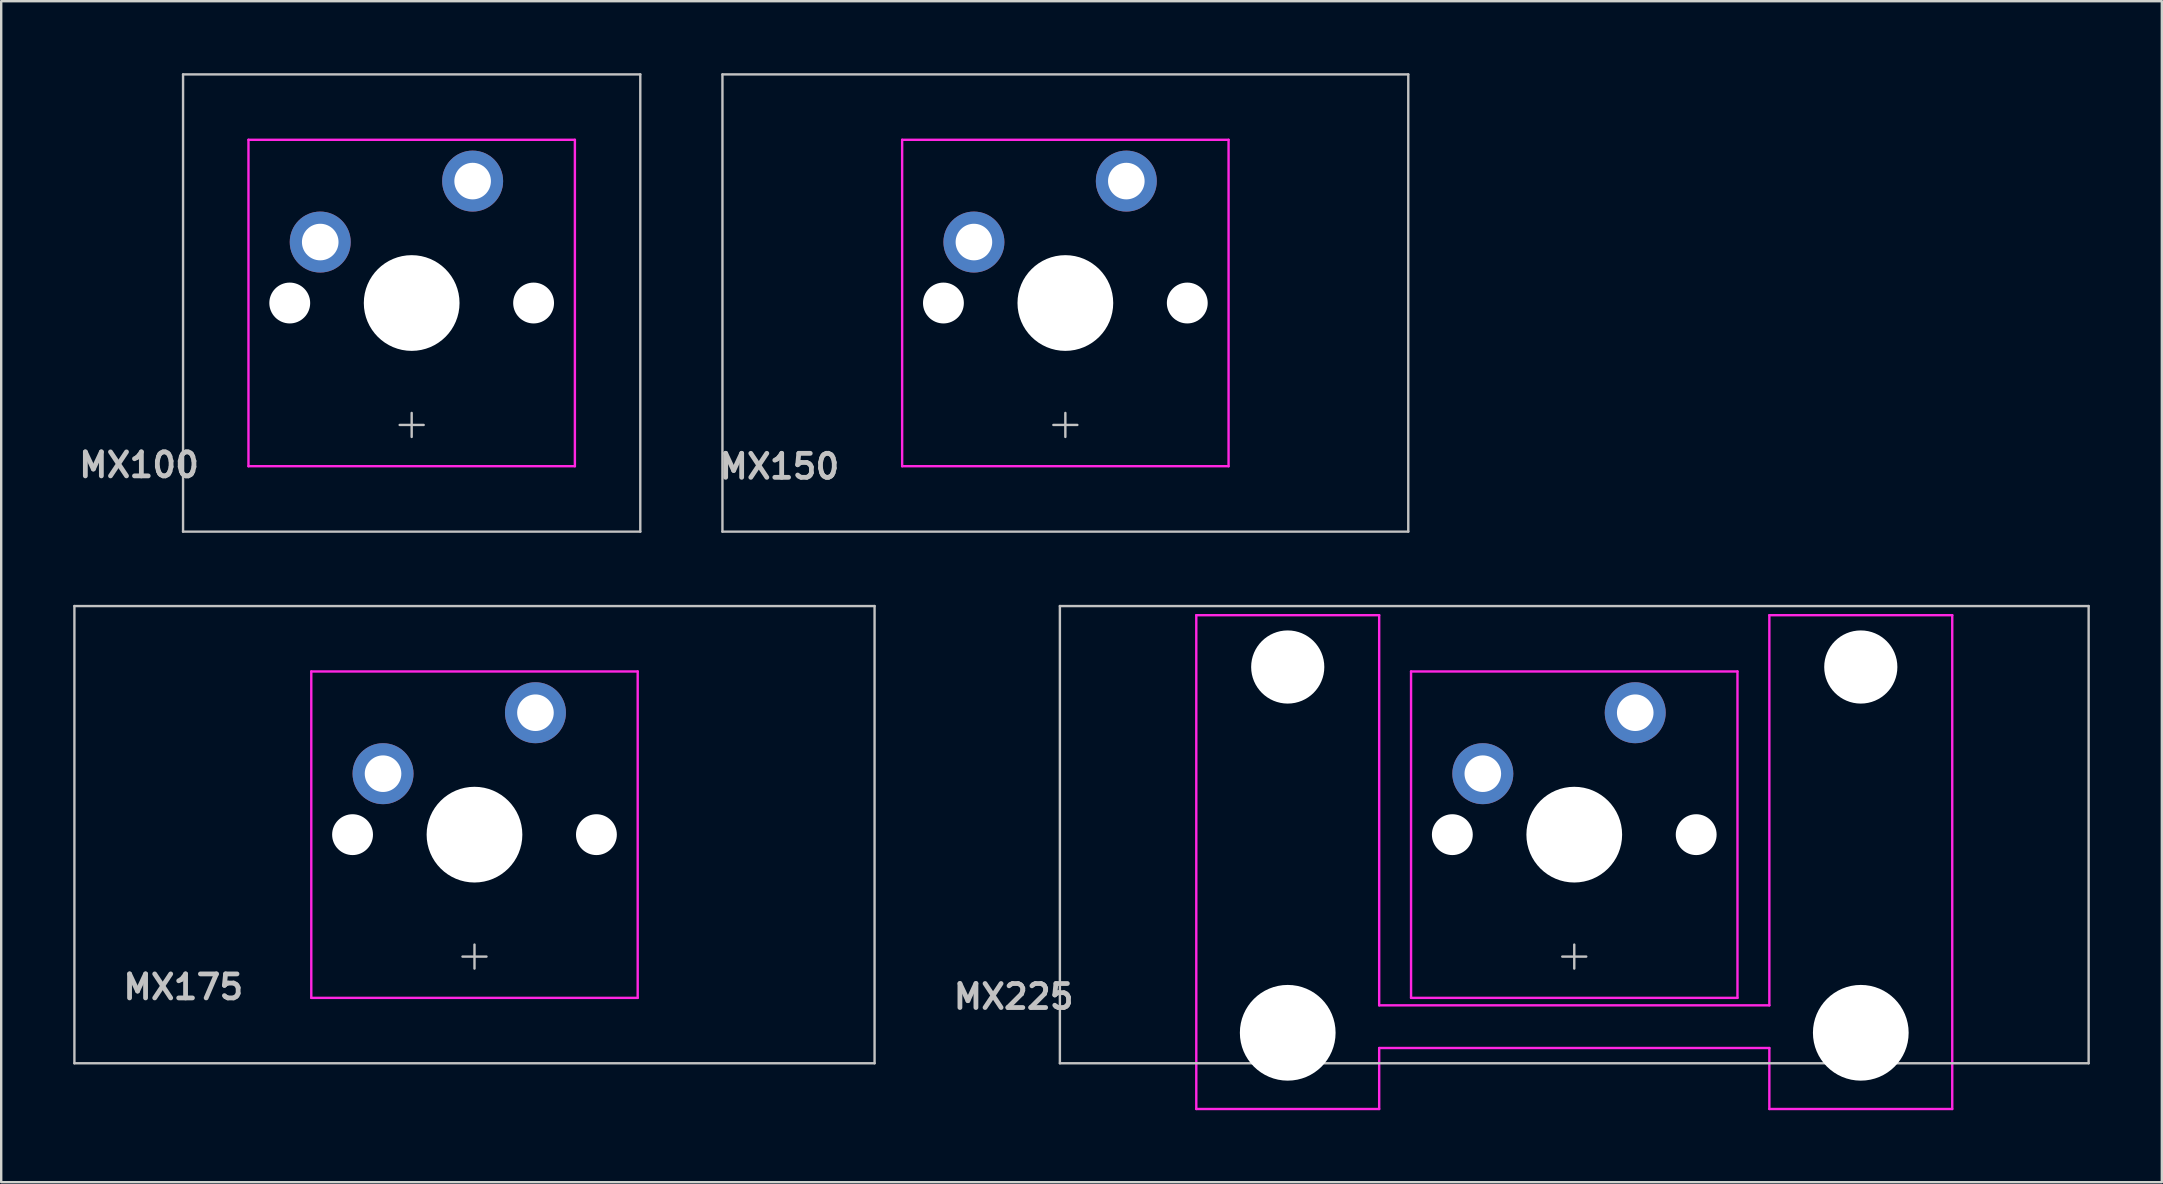
<source format=kicad_pcb>
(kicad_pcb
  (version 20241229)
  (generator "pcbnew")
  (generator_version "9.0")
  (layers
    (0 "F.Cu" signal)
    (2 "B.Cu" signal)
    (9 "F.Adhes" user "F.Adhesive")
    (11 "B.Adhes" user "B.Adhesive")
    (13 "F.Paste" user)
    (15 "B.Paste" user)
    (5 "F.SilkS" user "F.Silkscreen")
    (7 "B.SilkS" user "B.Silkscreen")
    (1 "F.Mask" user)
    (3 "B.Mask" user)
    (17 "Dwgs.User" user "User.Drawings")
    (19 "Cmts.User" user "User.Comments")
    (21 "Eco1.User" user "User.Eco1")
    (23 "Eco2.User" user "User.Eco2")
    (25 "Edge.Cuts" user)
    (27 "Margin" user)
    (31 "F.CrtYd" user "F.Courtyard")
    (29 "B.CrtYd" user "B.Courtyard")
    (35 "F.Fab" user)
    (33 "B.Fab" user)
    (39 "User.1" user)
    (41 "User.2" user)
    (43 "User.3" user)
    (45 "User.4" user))
  (footprint "MX225"
    (layer "F.Cu")
    (at 62.54 31.725)
    (property "Reference" "MX225" (at -20.75 6.75 0) (layer "Dwgs.User") (effects (font (size 1 1) (thickness 0.2)) (justify right)))
    (attr through_hole)
    (fp_line (start -21.431 -9.525) (end -21.431 9.525) (stroke (width 0.1) (type solid)) (layer "Dwgs.User"))
    (fp_line (start 0 5.58) (end 0 4.58) (stroke (width 0.1) (type solid)) (layer "Dwgs.User"))
    (fp_line (start 0.5 5.08) (end -0.5 5.08) (stroke (width 0.1) (type solid)) (layer "Dwgs.User"))
    (fp_line (start 21.431 -9.525) (end -21.431 -9.525) (stroke (width 0.1) (type solid)) (layer "Dwgs.User"))
    (fp_line (start 21.431 -9.525) (end 21.431 9.525) (stroke (width 0.1) (type solid)) (layer "Dwgs.User"))
    (fp_line (start 21.431 9.525) (end -21.431 9.525) (stroke (width 0.1) (type solid)) (layer "Dwgs.User"))
    (fp_line (start -15.438 8.515) (end -15.438 -5.485) (stroke (width 0.1) (type solid)) (layer "Eco1.User"))
    (fp_line (start -14.938 9.015) (end -8.938 9.015) (stroke (width 0.1) (type solid)) (layer "Eco1.User"))
    (fp_line (start -8.938 -5.985) (end -14.938 -5.985) (stroke (width 0.1) (type solid)) (layer "Eco1.User"))
    (fp_line (start -8.438 -5.485) (end -8.438 8.515) (stroke (width 0.1) (type solid)) (layer "Eco1.User"))
    (fp_line (start -7 6.5) (end -7 -6.5) (stroke (width 0.1) (type solid)) (layer "Eco1.User"))
    (fp_line (start -6.5 -7) (end 6.5 -7) (stroke (width 0.1) (type solid)) (layer "Eco1.User"))
    (fp_line (start 6.5 7) (end -6.5 7) (stroke (width 0.1) (type solid)) (layer "Eco1.User"))
    (fp_line (start 7 -6.5) (end 7 6.5) (stroke (width 0.1) (type solid)) (layer "Eco1.User"))
    (fp_line (start 8.438 8.515) (end 8.438 -5.485) (stroke (width 0.1) (type solid)) (layer "Eco1.User"))
    (fp_line (start 8.938 9.015) (end 14.938 9.015) (stroke (width 0.1) (type solid)) (layer "Eco1.User"))
    (fp_line (start 14.938 -5.985) (end 8.938 -5.985) (stroke (width 0.1) (type solid)) (layer "Eco1.User"))
    (fp_line (start 15.438 -5.485) (end 15.438 8.515) (stroke (width 0.1) (type solid)) (layer "Eco1.User"))
    (fp_arc (start -15.438 -5.485) (mid -15.291553 -5.838553) (end -14.938 -5.985) (stroke (width 0.1) (type solid)) (layer "Eco1.User"))
    (fp_arc (start -14.938 9.015) (mid -15.291553 8.868553) (end -15.438 8.515) (stroke (width 0.1) (type solid)) (layer "Eco1.User"))
    (fp_arc (start -8.938 -5.985) (mid -8.584447 -5.838553) (end -8.438 -5.485) (stroke (width 0.1) (type solid)) (layer "Eco1.User"))
    (fp_arc (start -8.438 8.515) (mid -8.584447 8.868553) (end -8.938 9.015) (stroke (width 0.1) (type solid)) (layer "Eco1.User"))
    (fp_arc (start -7 -6.5) (mid -6.853553 -6.853553) (end -6.5 -7) (stroke (width 0.1) (type solid)) (layer "Eco1.User"))
    (fp_arc (start -6.5 7) (mid -6.853553 6.853553) (end -7 6.5) (stroke (width 0.1) (type solid)) (layer "Eco1.User"))
    (fp_arc (start 6.5 -7) (mid 6.853553 -6.853553) (end 7 -6.5) (stroke (width 0.1) (type solid)) (layer "Eco1.User"))
    (fp_arc (start 7 6.5) (mid 6.853553 6.853553) (end 6.5 7) (stroke (width 0.1) (type solid)) (layer "Eco1.User"))
    (fp_arc (start 8.438 -5.485) (mid 8.584447 -5.838553) (end 8.938 -5.985) (stroke (width 0.1) (type solid)) (layer "Eco1.User"))
    (fp_arc (start 8.938 9.015) (mid 8.584447 8.868553) (end 8.438 8.515) (stroke (width 0.1) (type solid)) (layer "Eco1.User"))
    (fp_arc (start 14.938 -5.985) (mid 15.291553 -5.838553) (end 15.438 -5.485) (stroke (width 0.1) (type solid)) (layer "Eco1.User"))
    (fp_arc (start 15.438 8.515) (mid 15.291553 8.868553) (end 14.938 9.015) (stroke (width 0.1) (type solid)) (layer "Eco1.User"))
    (fp_line (start -15.748 -9.144) (end -15.748 11.43) (stroke (width 0.1) (type solid)) (layer "F.CrtYd"))
    (fp_line (start -15.748 11.43) (end -8.128 11.43) (stroke (width 0.1) (type solid)) (layer "F.CrtYd"))
    (fp_line (start -8.128 -9.144) (end -15.748 -9.144) (stroke (width 0.1) (type solid)) (layer "F.CrtYd"))
    (fp_line (start -8.128 -9.144) (end -8.128 7.112) (stroke (width 0.1) (type solid)) (layer "F.CrtYd"))
    (fp_line (start -8.128 11.43) (end -8.128 8.89) (stroke (width 0.1) (type solid)) (layer "F.CrtYd"))
    (fp_line (start -6.8 -6.8) (end 6.8 -6.8) (stroke (width 0.1) (type solid)) (layer "F.CrtYd"))
    (fp_line (start -6.8 6.8) (end -6.8 -6.8) (stroke (width 0.1) (type solid)) (layer "F.CrtYd"))
    (fp_line (start -6.8 6.8) (end 6.8 6.8) (stroke (width 0.1) (type solid)) (layer "F.CrtYd"))
    (fp_line (start 6.8 6.8) (end 6.8 -6.8) (stroke (width 0.1) (type solid)) (layer "F.CrtYd"))
    (fp_line (start 8.128 -9.144) (end 8.128 7.112) (stroke (width 0.1) (type solid)) (layer "F.CrtYd"))
    (fp_line (start 8.128 7.112) (end -8.128 7.112) (stroke (width 0.1) (type solid)) (layer "F.CrtYd"))
    (fp_line (start 8.128 8.89) (end -8.128 8.89) (stroke (width 0.1) (type solid)) (layer "F.CrtYd"))
    (fp_line (start 8.128 11.43) (end 8.128 8.89) (stroke (width 0.1) (type solid)) (layer "F.CrtYd"))
    (fp_line (start 8.128 11.43) (end 15.748 11.43) (stroke (width 0.1) (type solid)) (layer "F.CrtYd"))
    (fp_line (start 15.748 -9.144) (end 8.128 -9.144) (stroke (width 0.1) (type solid)) (layer "F.CrtYd"))
    (fp_line (start 15.748 11.43) (end 15.748 -9.144) (stroke (width 0.1) (type solid)) (layer "F.CrtYd"))
    (pad "" np_thru_hole circle (at -11.938 -6.985) (size 3.048 3.048) (drill 3.048) (layers "*.Cu" "*.Mask"))
    (pad "" np_thru_hole circle (at -11.938 8.255) (size 3.988 3.988) (drill 3.988) (layers "*.Cu" "*.Mask"))
    (pad "" np_thru_hole circle (at -5.08 0) (size 1.702 1.702) (drill 1.702) (layers "*.Cu" "*.Mask"))
    (pad "" np_thru_hole circle (at 0 0) (size 3.988 3.988) (drill 3.988) (layers "*.Cu" "*.Mask"))
    (pad "" np_thru_hole circle (at 5.08 0) (size 1.702 1.702) (drill 1.702) (layers "*.Cu" "*.Mask"))
    (pad "" np_thru_hole circle (at 11.938 -6.985) (size 3.048 3.048) (drill 3.048) (layers "*.Cu" "*.Mask"))
    (pad "" np_thru_hole circle (at 11.938 8.255) (size 3.988 3.988) (drill 3.988) (layers "*.Cu" "*.Mask"))
    (pad "1" thru_hole circle (at 2.54 -5.08) (size 2.54 2.54) (drill 1.524) (layers "*.Cu" "*.Mask"))
    (pad "2" thru_hole circle (at -3.81 -2.54) (size 2.54 2.54) (drill 1.524) (layers "*.Cu" "*.Mask")))
  (footprint "MX100"
    (layer "F.Cu")
    (at 14.102 9.575)
    (property "Reference" "MX100" (at -8.75 6.75 0) (layer "Dwgs.User") (effects (font (size 1 1) (thickness 0.2)) (justify right)))
    (attr through_hole)
    (fp_circle (center -3.81 -2.54) (end -4.318 -2.54) (stroke (width 0.12) (type solid)) (fill no) (layer "B.Mask"))
    (fp_line (start -9.525 -9.525) (end -9.525 9.525) (stroke (width 0.1) (type solid)) (layer "Dwgs.User"))
    (fp_line (start -9.525 9.525) (end 9.525 9.525) (stroke (width 0.1) (type solid)) (layer "Dwgs.User"))
    (fp_line (start 0 4.58) (end 0 5.58) (stroke (width 0.1) (type solid)) (layer "Dwgs.User"))
    (fp_line (start 0.5 5.08) (end -0.5 5.08) (stroke (width 0.1) (type solid)) (layer "Dwgs.User"))
    (fp_line (start 9.525 -9.525) (end -9.525 -9.525) (stroke (width 0.1) (type solid)) (layer "Dwgs.User"))
    (fp_line (start 9.525 9.525) (end 9.525 -9.525) (stroke (width 0.1) (type solid)) (layer "Dwgs.User"))
    (fp_line (start -7 6.5) (end -7 -6.5) (stroke (width 0.1) (type solid)) (layer "Eco1.User"))
    (fp_line (start -6.5 -7) (end 6.5 -7) (stroke (width 0.1) (type solid)) (layer "Eco1.User"))
    (fp_line (start 6.5 7) (end -6.5 7) (stroke (width 0.1) (type solid)) (layer "Eco1.User"))
    (fp_line (start 7 -6.5) (end 7 6.5) (stroke (width 0.1) (type solid)) (layer "Eco1.User"))
    (fp_arc (start -7 -6.5) (mid -6.853553 -6.853553) (end -6.5 -7) (stroke (width 0.1) (type solid)) (layer "Eco1.User"))
    (fp_arc (start -6.5 7) (mid -6.853553 6.853553) (end -7 6.5) (stroke (width 0.1) (type solid)) (layer "Eco1.User"))
    (fp_arc (start 6.5 -7) (mid 6.853553 -6.853553) (end 7 -6.5) (stroke (width 0.1) (type solid)) (layer "Eco1.User"))
    (fp_arc (start 7 6.5) (mid 6.853553 6.853553) (end 6.5 7) (stroke (width 0.1) (type solid)) (layer "Eco1.User"))
    (fp_line (start -6.8 -6.8) (end -6.8 6.8) (stroke (width 0.1) (type solid)) (layer "F.CrtYd"))
    (fp_line (start 6.8 -6.8) (end -6.8 -6.8) (stroke (width 0.1) (type solid)) (layer "F.CrtYd"))
    (fp_line (start 6.8 -6.8) (end 6.8 6.8) (stroke (width 0.1) (type solid)) (layer "F.CrtYd"))
    (fp_line (start 6.8 6.8) (end -6.8 6.8) (stroke (width 0.1) (type solid)) (layer "F.CrtYd"))
    (pad "" np_thru_hole circle (at -5.08 0) (size 1.702 1.702) (drill 1.702) (layers "*.Cu" "*.Mask"))
    (pad "" np_thru_hole circle (at 0 0) (size 3.988 3.988) (drill 3.988) (layers "*.Cu" "*.Mask"))
    (pad "" np_thru_hole circle (at 5.08 0) (size 1.702 1.702) (drill 1.702) (layers "*.Cu" "*.Mask"))
    (pad "1" thru_hole circle (at 2.54 -5.08) (size 2.54 2.54) (drill 1.524) (layers "*.Cu" "*.Mask"))
    (pad "2" thru_hole circle (at -3.81 -2.54 270) (size 2.54 2.54) (drill 1.524) (layers "*.Cu" "*.Mask")))
  (footprint "MX150"
    (layer "F.Cu")
    (at 41.337 9.575)
    (property "Reference" "MX150" (at -9.307 6.81 0) (layer "Dwgs.User") (effects (font (size 1 1) (thickness 0.2)) (justify right)))
    (attr through_hole)
    (fp_line (start -14.287 -9.525) (end -14.287 9.525) (stroke (width 0.1) (type solid)) (layer "Dwgs.User"))
    (fp_line (start -0.5 5.08) (end 0.5 5.08) (stroke (width 0.1) (type solid)) (layer "Dwgs.User"))
    (fp_line (start 0 5.58) (end 0 4.58) (stroke (width 0.1) (type solid)) (layer "Dwgs.User"))
    (fp_line (start 14.287 -9.525) (end -14.287 -9.525) (stroke (width 0.1) (type solid)) (layer "Dwgs.User"))
    (fp_line (start 14.287 -9.525) (end 14.287 9.525) (stroke (width 0.1) (type solid)) (layer "Dwgs.User"))
    (fp_line (start 14.287 9.525) (end -14.287 9.525) (stroke (width 0.1) (type solid)) (layer "Dwgs.User"))
    (fp_line (start -7 6.5) (end -7 -6.5) (stroke (width 0.1) (type solid)) (layer "Eco1.User"))
    (fp_line (start -6.5 -7) (end 6.5 -7) (stroke (width 0.1) (type solid)) (layer "Eco1.User"))
    (fp_line (start 6.5 7) (end -6.5 7) (stroke (width 0.1) (type solid)) (layer "Eco1.User"))
    (fp_line (start 7 -6.5) (end 7 6.5) (stroke (width 0.1) (type solid)) (layer "Eco1.User"))
    (fp_arc (start -7 -6.5) (mid -6.853553 -6.853553) (end -6.5 -7) (stroke (width 0.1) (type solid)) (layer "Eco1.User"))
    (fp_arc (start -6.5 7) (mid -6.853553 6.853553) (end -7 6.5) (stroke (width 0.1) (type solid)) (layer "Eco1.User"))
    (fp_arc (start 6.5 -7) (mid 6.853553 -6.853553) (end 7 -6.5) (stroke (width 0.1) (type solid)) (layer "Eco1.User"))
    (fp_arc (start 7 6.5) (mid 6.853553 6.853553) (end 6.5 7) (stroke (width 0.1) (type solid)) (layer "Eco1.User"))
    (fp_line (start -6.8 6.8) (end -6.8 -6.8) (stroke (width 0.1) (type solid)) (layer "F.CrtYd"))
    (fp_line (start 6.8 -6.8) (end -6.8 -6.8) (stroke (width 0.1) (type solid)) (layer "F.CrtYd"))
    (fp_line (start 6.8 6.8) (end -6.8 6.8) (stroke (width 0.1) (type solid)) (layer "F.CrtYd"))
    (fp_line (start 6.8 6.8) (end 6.8 -6.8) (stroke (width 0.1) (type solid)) (layer "F.CrtYd"))
    (pad "" np_thru_hole circle (at -5.08 0) (size 1.702 1.702) (drill 1.702) (layers "*.Cu" "*.Mask"))
    (pad "" np_thru_hole circle (at 0 0) (size 3.988 3.988) (drill 3.988) (layers "*.Cu" "*.Mask"))
    (pad "" np_thru_hole circle (at 5.08 0) (size 1.702 1.702) (drill 1.702) (layers "*.Cu" "*.Mask"))
    (pad "1" thru_hole circle (at 2.54 -5.08) (size 2.54 2.54) (drill 1.524) (layers "*.Cu" "*.Mask"))
    (pad "2" thru_hole circle (at -3.81 -2.54) (size 2.54 2.54) (drill 1.524) (layers "*.Cu" "*.Mask")))
  (footprint "MX175"
    (layer "F.Cu")
    (at 16.719 31.725)
    (property "Reference" "MX175" (at -9.525 6.35 0) (layer "Dwgs.User") (effects (font (size 1 1) (thickness 0.2)) (justify right)))
    (attr through_hole)
    (fp_circle (center 2.54 -5.08) (end 2.032 -5.08) (stroke (width 0.12) (type solid)) (fill no) (layer "B.Mask"))
    (fp_line (start -16.669 -9.525) (end -16.669 9.525) (stroke (width 0.1) (type solid)) (layer "Dwgs.User"))
    (fp_line (start 0 4.58) (end 0 5.58) (stroke (width 0.1) (type solid)) (layer "Dwgs.User"))
    (fp_line (start 0.5 5.08) (end -0.5 5.08) (stroke (width 0.1) (type solid)) (layer "Dwgs.User"))
    (fp_line (start 16.669 -9.525) (end -16.669 -9.525) (stroke (width 0.1) (type solid)) (layer "Dwgs.User"))
    (fp_line (start 16.669 -9.525) (end 16.669 9.525) (stroke (width 0.1) (type solid)) (layer "Dwgs.User"))
    (fp_line (start 16.669 9.525) (end -16.669 9.525) (stroke (width 0.1) (type solid)) (layer "Dwgs.User"))
    (fp_line (start -7 6.5) (end -7 -6.5) (stroke (width 0.1) (type solid)) (layer "Eco1.User"))
    (fp_line (start -6.5 -7) (end 6.5 -7) (stroke (width 0.1) (type solid)) (layer "Eco1.User"))
    (fp_line (start 6.5 7) (end -6.5 7) (stroke (width 0.1) (type solid)) (layer "Eco1.User"))
    (fp_line (start 7 -6.5) (end 7 6.5) (stroke (width 0.1) (type solid)) (layer "Eco1.User"))
    (fp_arc (start -7 -6.5) (mid -6.853553 -6.853553) (end -6.5 -7) (stroke (width 0.1) (type solid)) (layer "Eco1.User"))
    (fp_arc (start -6.5 7) (mid -6.853553 6.853553) (end -7 6.5) (stroke (width 0.1) (type solid)) (layer "Eco1.User"))
    (fp_arc (start 6.5 -7) (mid 6.853553 -6.853553) (end 7 -6.5) (stroke (width 0.1) (type solid)) (layer "Eco1.User"))
    (fp_arc (start 7 6.5) (mid 6.853553 6.853553) (end 6.5 7) (stroke (width 0.1) (type solid)) (layer "Eco1.User"))
    (fp_line (start -6.8 6.8) (end -6.8 -6.8) (stroke (width 0.1) (type solid)) (layer "F.CrtYd"))
    (fp_line (start 6.8 -6.8) (end -6.8 -6.8) (stroke (width 0.1) (type solid)) (layer "F.CrtYd"))
    (fp_line (start 6.8 6.8) (end -6.8 6.8) (stroke (width 0.1) (type solid)) (layer "F.CrtYd"))
    (fp_line (start 6.8 6.8) (end 6.8 -6.8) (stroke (width 0.1) (type solid)) (layer "F.CrtYd"))
    (pad "" np_thru_hole circle (at -5.08 0) (size 1.702 1.702) (drill 1.702) (layers "*.Cu" "*.Mask"))
    (pad "" np_thru_hole circle (at 0 0) (size 3.988 3.988) (drill 3.988) (layers "*.Cu" "*.Mask"))
    (pad "" np_thru_hole circle (at 5.08 0) (size 1.702 1.702) (drill 1.702) (layers "*.Cu" "*.Mask"))
    (pad "1" thru_hole circle (at 2.54 -5.08) (size 2.54 2.54) (drill 1.524) (layers "*.Cu" "*.Mask"))
    (pad "2" thru_hole circle (at -3.81 -2.54) (size 2.54 2.54) (drill 1.524) (layers "*.Cu" "*.Mask")))
  (gr_rect
    (start -3 -3)
    (end 87.021 46.205)
    (stroke (width 0.1) (type default))
    (fill no)
    (layer "Edge.Cuts")))
</source>
